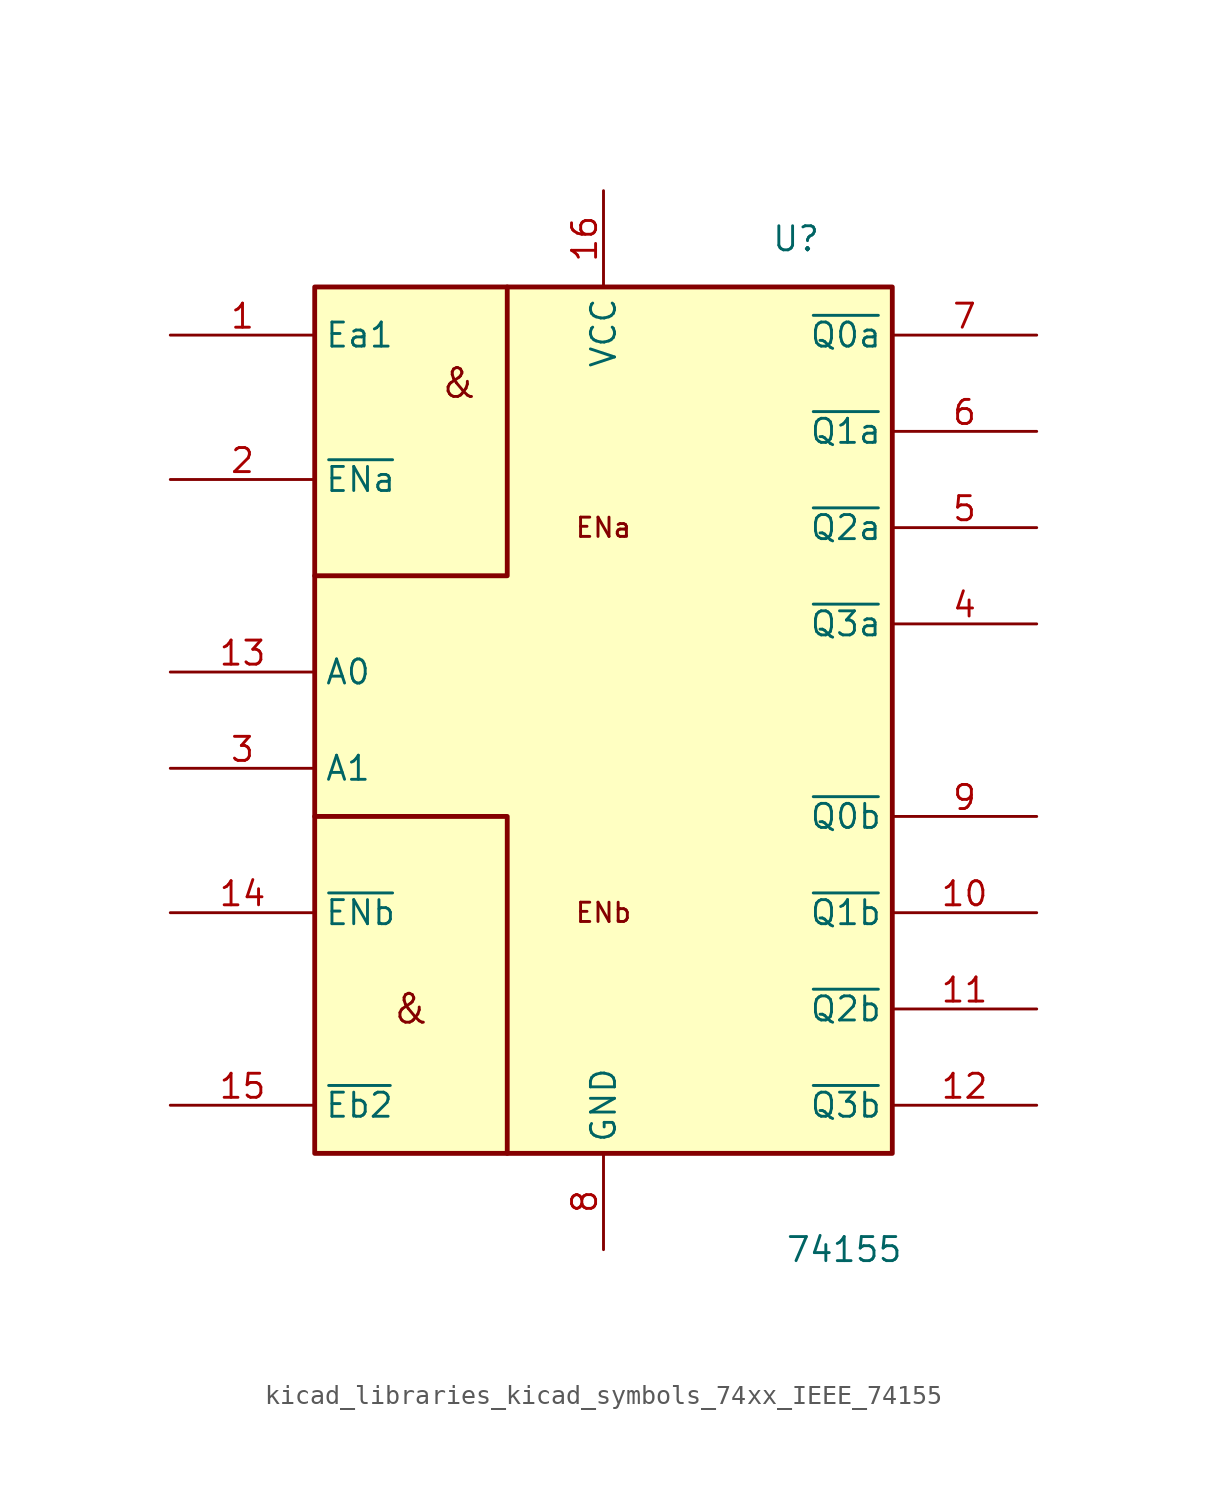
<source format=kicad_sym>
(kicad_symbol_lib
  (version 20220914)
  (generator kicad_symbol_editor)
  (symbol "kicad_libraries_kicad_symbols_74xx_IEEE_74155"
    (property "Reference" "U"
      (at 10.16 25.4 0)
      (effects (font (size 1.27 1.27))))
    (property "Value" "74155"
      (at 12.7 -27.94 0)
      (effects (font (size 1.27 1.27))))
    (symbol "kicad_libraries_kicad_symbols_74xx_IEEE_74155_0_0"
      (rectangle (start -15.24 22.86) (end 15.24 -22.86) (stroke (width 0.254) (type default)) (fill (type background)))
      (polyline (pts (xy -15.24 -5.08) (xy -5.08 -5.08) (xy -5.08 -22.86) (xy -5.08 -22.86)) (stroke (width 0.254) (type default)) (fill (type background)))
      (polyline (pts (xy -15.24 7.62) (xy -5.08 7.62) (xy -5.08 22.86) (xy -5.08 22.86)) (stroke (width 0.254) (type default)) (fill (type background)))
      (text "&" (at -10.16 -15.24 0) (effects (font (size 1.524 1.524))))
      (text "&" (at -7.62 17.78 0) (effects (font (size 1.524 1.524))))
      (text "ENa" (at 0 10.16 0) (effects (font (size 1.016 1.016))))
      (text "ENb" (at 0 -10.16 0) (effects (font (size 1.016 1.016))))
      (pin power_in line (at 0 27.94 270) (length 5.08) (name "VCC" (effects (font (size 1.27 1.27)))) (number "16" (effects (font (size 1.27 1.27)))))
      (pin power_in line (at 0 -27.94 90) (length 5.08) (name "GND" (effects (font (size 1.27 1.27)))) (number "8" (effects (font (size 1.27 1.27))))))
    (symbol "kicad_libraries_kicad_symbols_74xx_IEEE_74155_1_1"
      (pin input line (at -22.86 20.32 0) (length 7.62) (name "Ea1" (effects (font (size 1.27 1.27)))) (number "1" (effects (font (size 1.27 1.27)))))
      (pin output line (at 22.86 -10.16 180) (length 7.62) (name "~{Q1b}" (effects (font (size 1.27 1.27)))) (number "10" (effects (font (size 1.27 1.27)))))
      (pin output line (at 22.86 -15.24 180) (length 7.62) (name "~{Q2b}" (effects (font (size 1.27 1.27)))) (number "11" (effects (font (size 1.27 1.27)))))
      (pin output line (at 22.86 -20.32 180) (length 7.62) (name "~{Q3b}" (effects (font (size 1.27 1.27)))) (number "12" (effects (font (size 1.27 1.27)))))
      (pin input line (at -22.86 2.54 0) (length 7.62) (name "A0" (effects (font (size 1.27 1.27)))) (number "13" (effects (font (size 1.27 1.27)))))
      (pin input line (at -22.86 -10.16 0) (length 7.62) (name "~{ENb}" (effects (font (size 1.27 1.27)))) (number "14" (effects (font (size 1.27 1.27)))))
      (pin input line (at -22.86 -20.32 0) (length 7.62) (name "~{Eb2}" (effects (font (size 1.27 1.27)))) (number "15" (effects (font (size 1.27 1.27)))))
      (pin input line (at -22.86 12.7 0) (length 7.62) (name "~{ENa}" (effects (font (size 1.27 1.27)))) (number "2" (effects (font (size 1.27 1.27)))))
      (pin input line (at -22.86 -2.54 0) (length 7.62) (name "A1" (effects (font (size 1.27 1.27)))) (number "3" (effects (font (size 1.27 1.27)))))
      (pin output line (at 22.86 5.08 180) (length 7.62) (name "~{Q3a}" (effects (font (size 1.27 1.27)))) (number "4" (effects (font (size 1.27 1.27)))))
      (pin output line (at 22.86 10.16 180) (length 7.62) (name "~{Q2a}" (effects (font (size 1.27 1.27)))) (number "5" (effects (font (size 1.27 1.27)))))
      (pin output line (at 22.86 15.24 180) (length 7.62) (name "~{Q1a}" (effects (font (size 1.27 1.27)))) (number "6" (effects (font (size 1.27 1.27)))))
      (pin output line (at 22.86 20.32 180) (length 7.62) (name "~{Q0a}" (effects (font (size 1.27 1.27)))) (number "7" (effects (font (size 1.27 1.27)))))
      (pin output line (at 22.86 -5.08 180) (length 7.62) (name "~{Q0b}" (effects (font (size 1.27 1.27)))) (number "9" (effects (font (size 1.27 1.27))))))))
</source>
